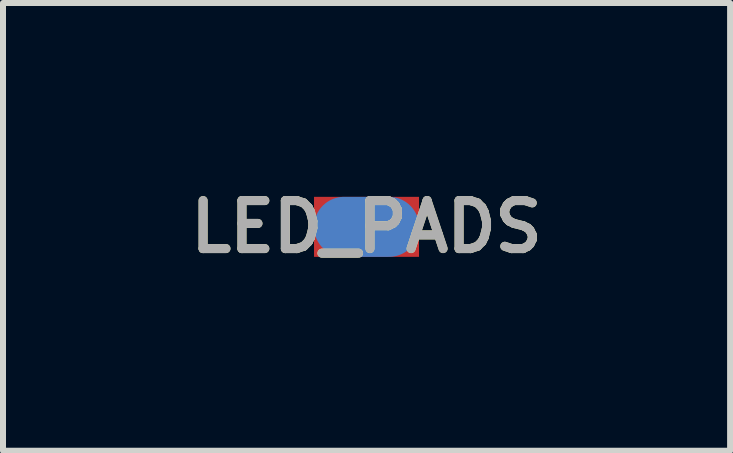
<source format=kicad_pcb>
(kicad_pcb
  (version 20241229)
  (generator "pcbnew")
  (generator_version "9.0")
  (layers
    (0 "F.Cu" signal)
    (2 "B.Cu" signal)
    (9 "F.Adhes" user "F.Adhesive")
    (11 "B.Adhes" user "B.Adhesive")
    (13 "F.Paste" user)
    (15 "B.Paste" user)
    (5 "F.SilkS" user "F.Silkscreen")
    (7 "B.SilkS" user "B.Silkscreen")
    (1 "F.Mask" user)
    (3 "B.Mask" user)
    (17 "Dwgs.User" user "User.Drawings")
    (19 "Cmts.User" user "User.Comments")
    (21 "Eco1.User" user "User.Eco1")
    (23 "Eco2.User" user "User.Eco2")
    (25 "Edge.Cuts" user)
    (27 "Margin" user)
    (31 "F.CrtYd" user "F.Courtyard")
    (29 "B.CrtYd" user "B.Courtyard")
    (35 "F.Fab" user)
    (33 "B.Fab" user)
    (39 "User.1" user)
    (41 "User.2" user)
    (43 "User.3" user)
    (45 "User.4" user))
  (footprint "LED_PADS"
    (layer "F.Cu")
    (at 3.059 0.731)
    (property "Reference" "LED_PADS" (at 0 0 0) (layer "F.SilkS") (effects (font (size 0.8 0.8) (thickness 0.15))))
    (attr through_hole)
    (fp_text user "${REFERENCE}" (at 0 0 0) (layer "F.Fab") (effects (font (size 0.8 0.8) (thickness 0.15))))
    (pad "1" smd rect (at 0 0) (size 1.75 1) (layers "F.Cu" "F.Mask" "F.Paste"))
    (pad "2" smd oval (at 0 0) (size 1.75 1) (layers "B.Cu" "B.Mask" "B.Paste")))
  (gr_rect
    (start -3 -3)
    (end 9.119 4.463)
    (stroke (width 0.1) (type default))
    (fill no)
    (layer "Edge.Cuts")))
</source>
